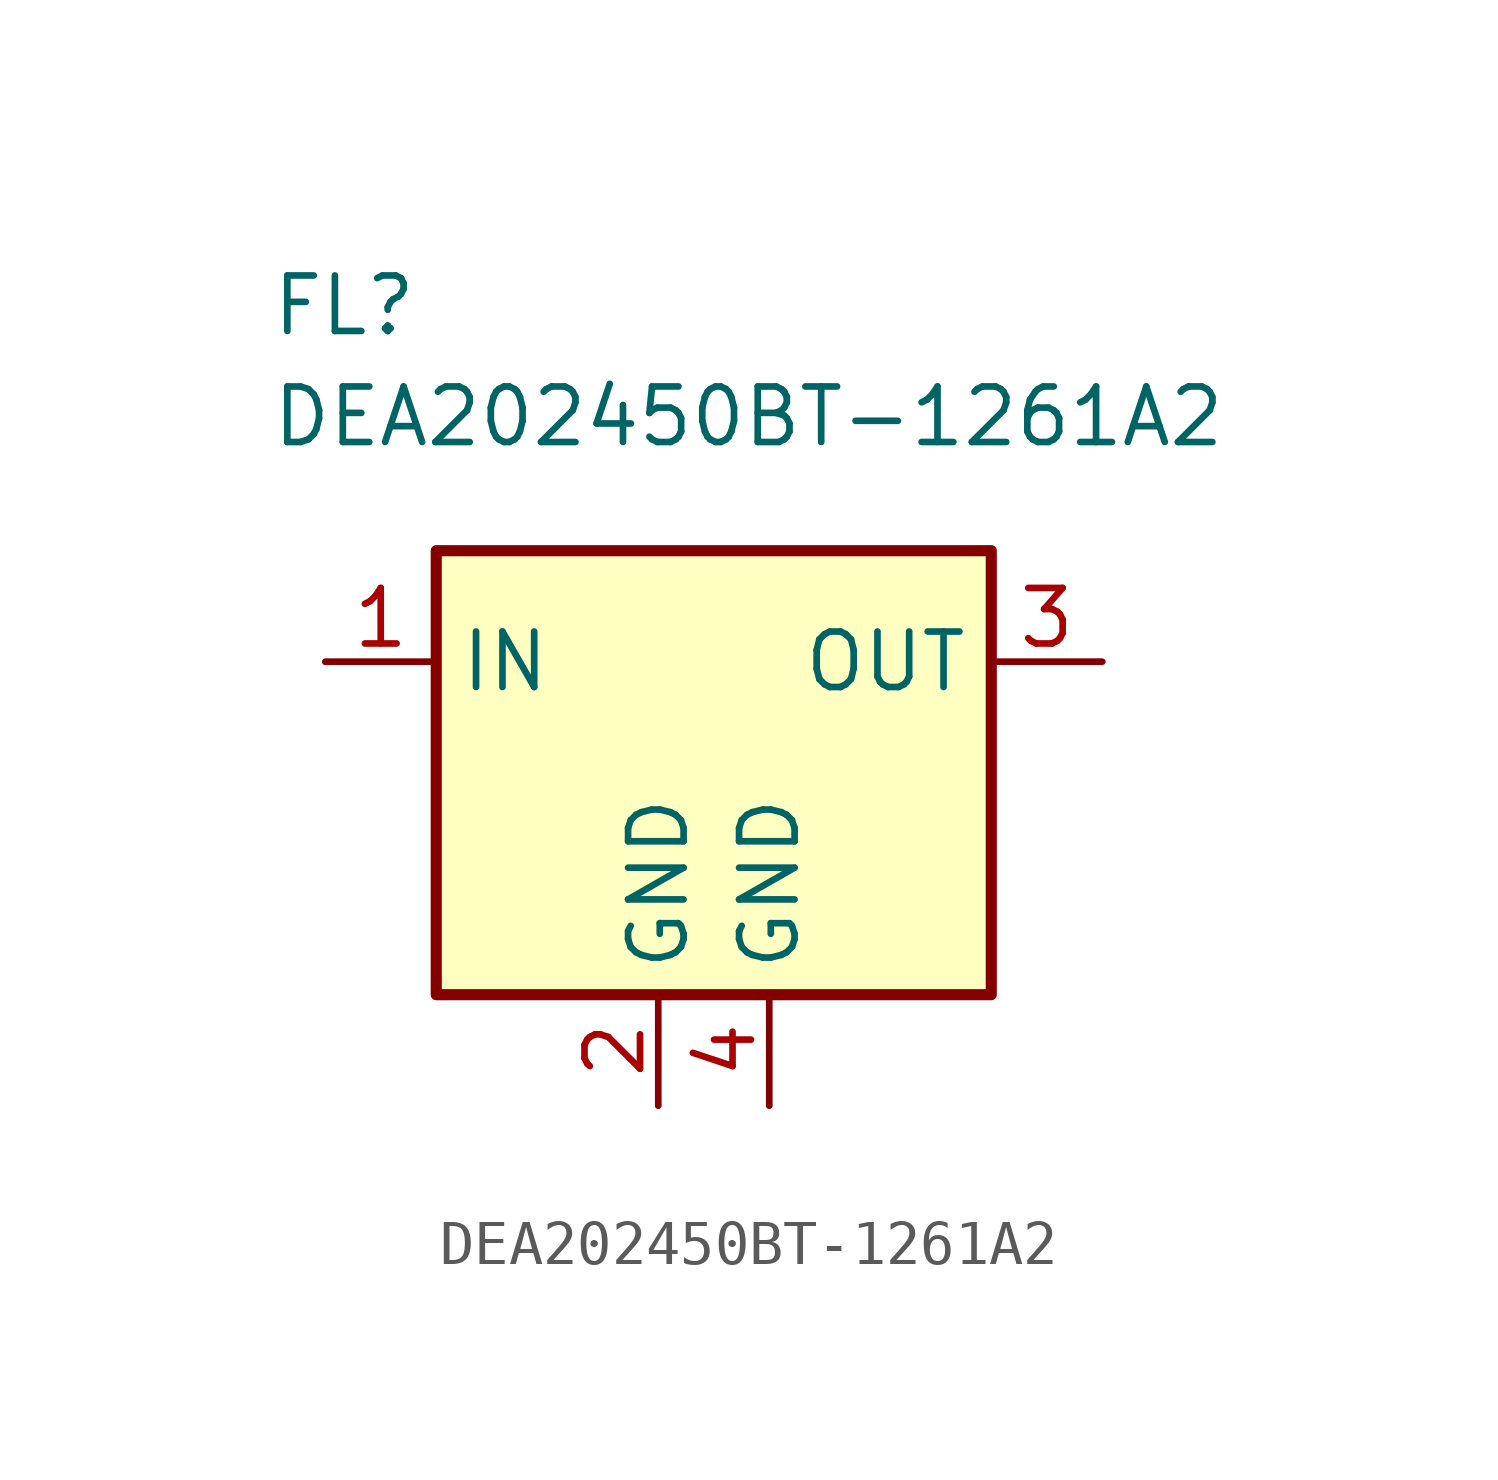
<source format=kicad_sym>
(kicad_symbol_lib
  (version 20220914)
  (generator kicad_symbol_editor)
  (symbol "DEA202450BT-1261A2"
    (property "Reference" "FL"
      (at -10.16 10.16 0)
      (effects (font (size 1.27 1.27)) (justify left top)))
    (property "Value" "DEA202450BT-1261A2"
      (at -10.16 7.62 0)
      (effects (font (size 1.27 1.27)) (justify left top)))
    (symbol "DEA202450BT-1261A2_1_1"
      (rectangle (start -6.35 3.81) (end 6.35 -6.35) (stroke (width 0.254) (type default)) (fill (type background)))
      (pin passive line (at -8.89 1.27 0) (length 2.54) (name "IN" (effects (font (size 1.27 1.27)))) (number "1" (effects (font (size 1.27 1.27)))))
      (pin passive line (at -1.27 -8.89 90) (length 2.54) (name "GND" (effects (font (size 1.27 1.27)))) (number "2" (effects (font (size 1.27 1.27)))))
      (pin passive line (at 8.89 1.27 180) (length 2.54) (name "OUT" (effects (font (size 1.27 1.27)))) (number "3" (effects (font (size 1.27 1.27)))))
      (pin passive line (at 1.27 -8.89 90) (length 2.54) (name "GND" (effects (font (size 1.27 1.27)))) (number "4" (effects (font (size 1.27 1.27))))))))
</source>
